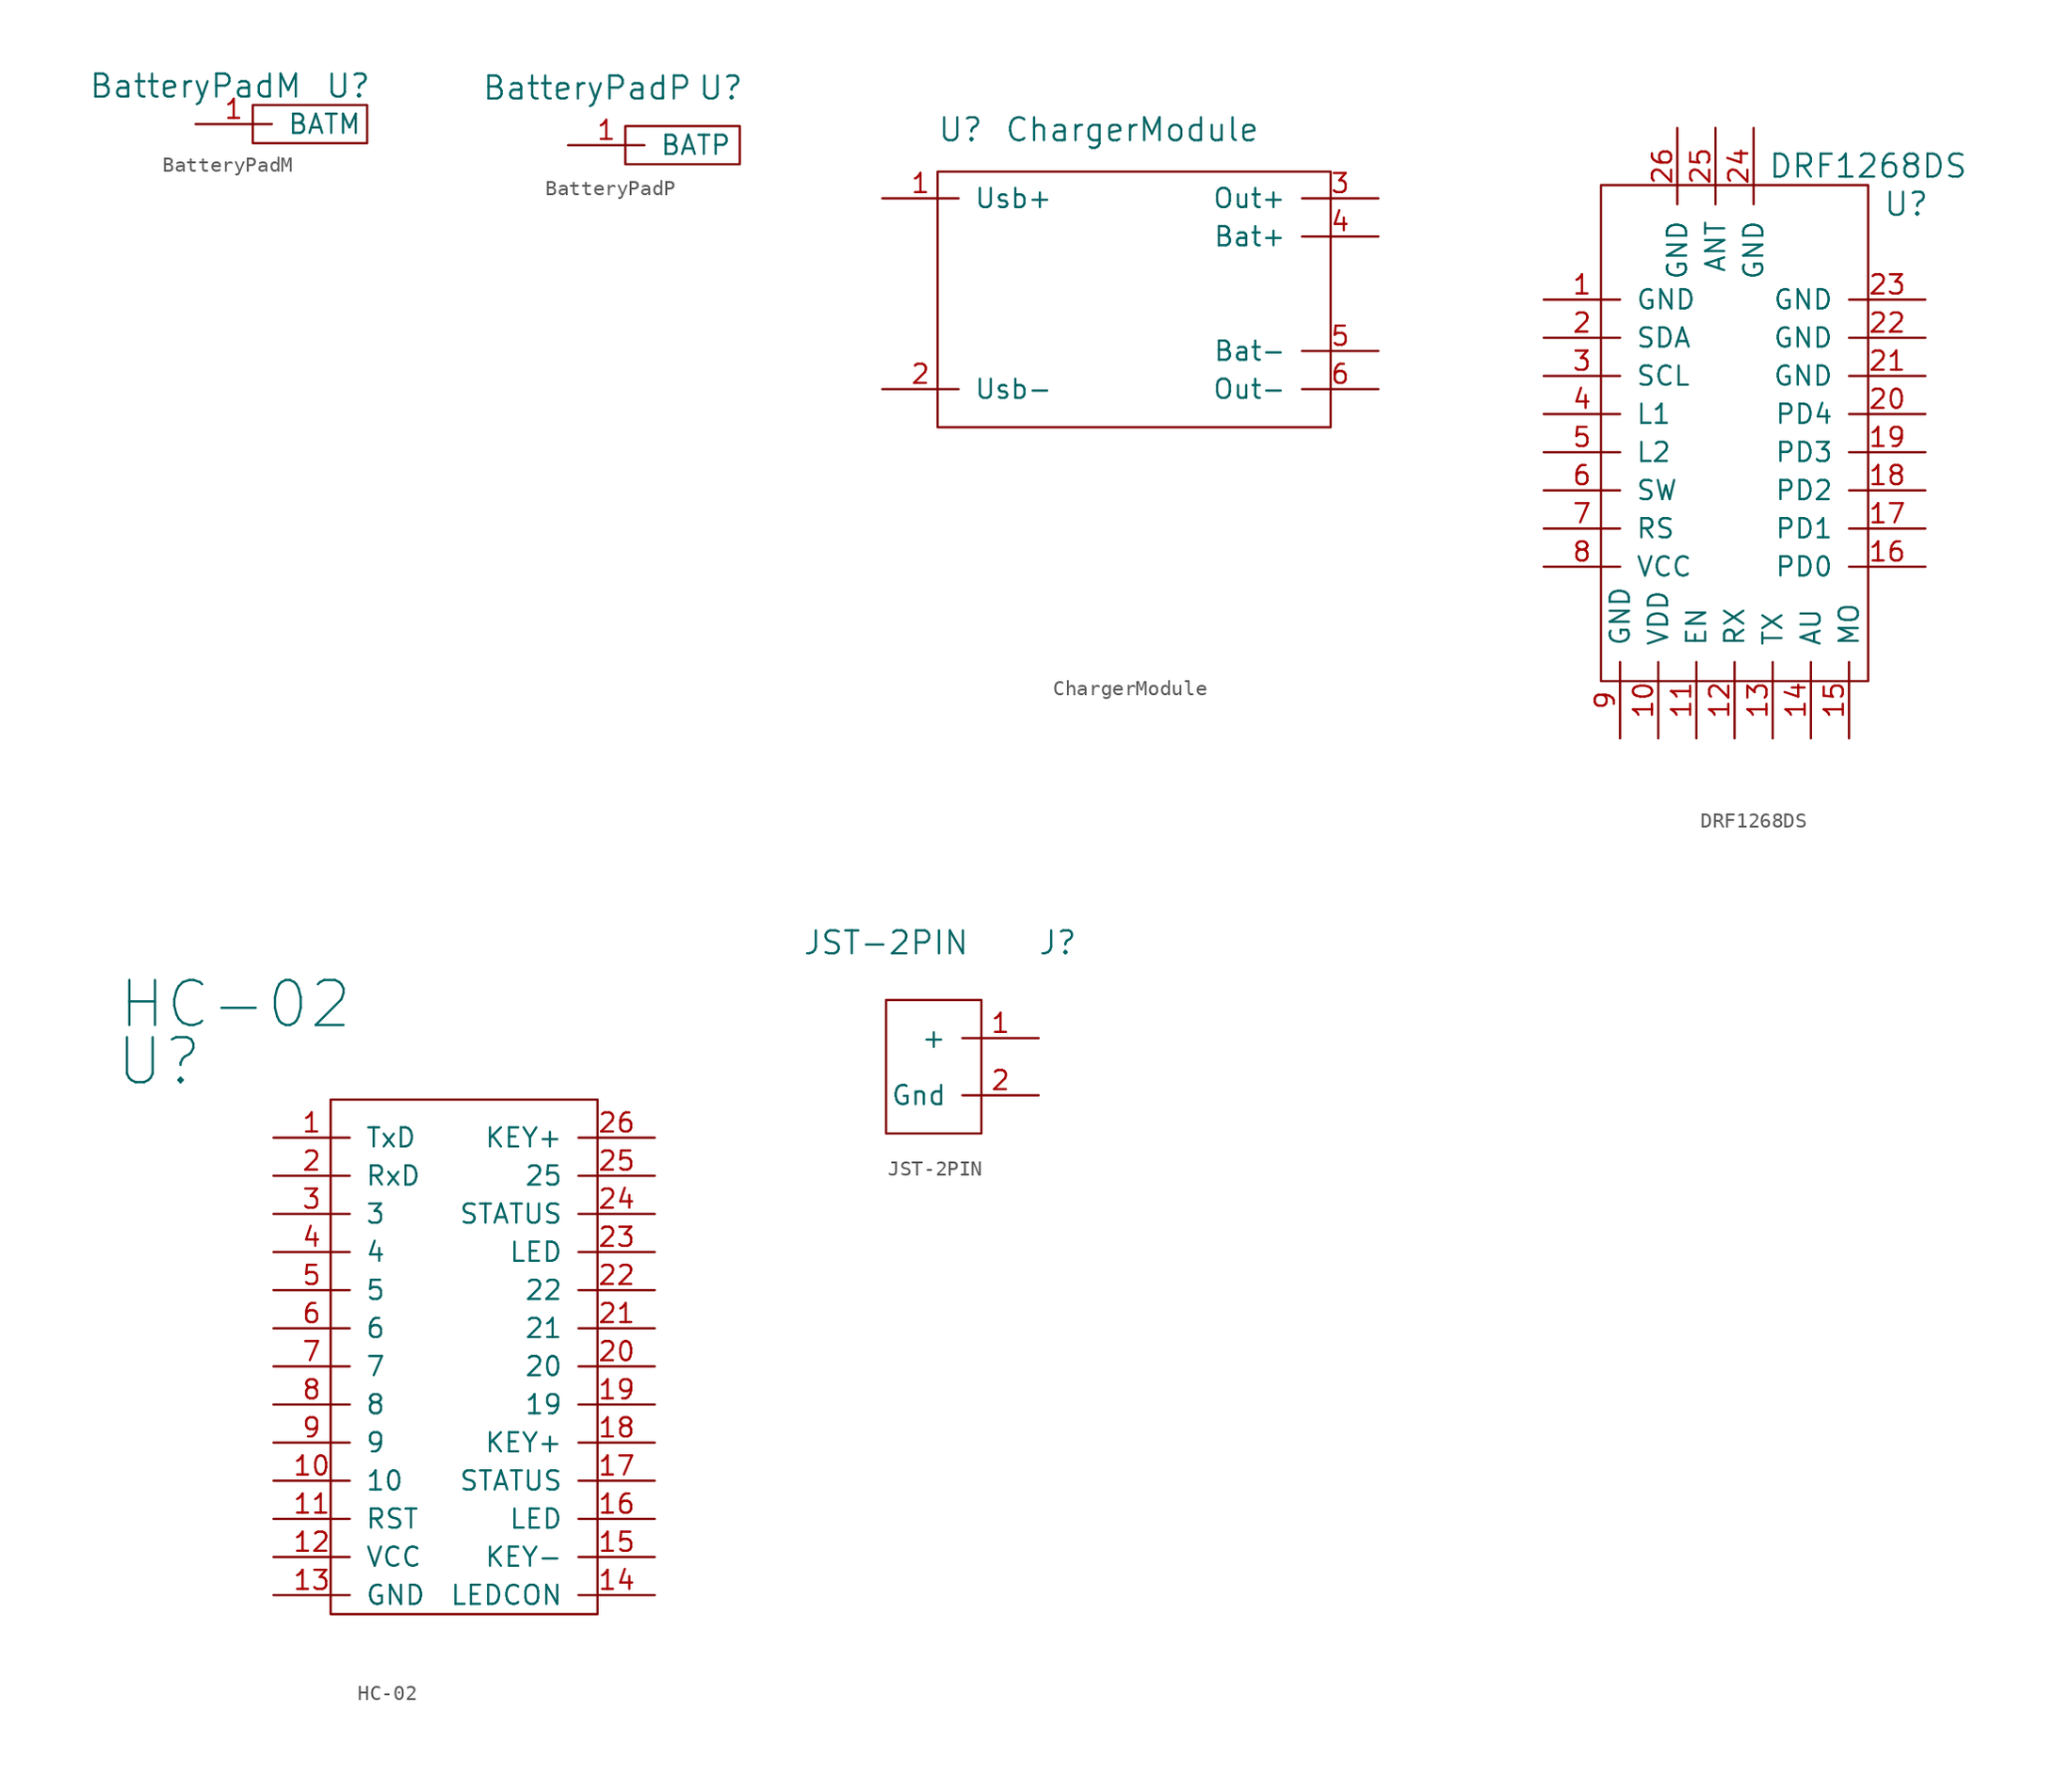
<source format=kicad_sym>
(kicad_symbol_lib
  (version 20220914)
  (generator kicad_symbol_editor)
  (symbol "BatteryPadM"
    (pin_names
      (offset 1.016))
    (property "Reference" "U"
      (at 5.08 2.54 0)
      (effects (font (size 1.524 1.524))))
    (property "Value" "BatteryPadM"
      (at -5.08 2.54 0)
      (effects (font (size 1.524 1.524))))
    (symbol "BatteryPadM_1_1"
      (rectangle (start -1.27 1.27) (end 6.35 -1.27) (stroke (width 0) (type default)) (fill (type none)))
      (pin power_out line (at -5.08 0 0) (length 5.08) (name "BATM" (effects (font (size 1.27 1.27)))) (number "1" (effects (font (size 1.27 1.27)))))))
  (symbol "BatteryPadP"
    (pin_names
      (offset 1.016))
    (property "Reference" "U"
      (at 6.35 3.81 0)
      (effects (font (size 1.524 1.524))))
    (property "Value" "BatteryPadP"
      (at -2.54 3.81 0)
      (effects (font (size 1.524 1.524))))
    (symbol "BatteryPadP_0_1"
      (rectangle (start 0 1.27) (end 7.62 -1.27) (stroke (width 0) (type default)) (fill (type none))))
    (symbol "BatteryPadP_1_1"
      (pin power_out line (at -3.81 0 0) (length 5.08) (name "BATP" (effects (font (size 1.27 1.27)))) (number "1" (effects (font (size 1.27 1.27)))))))
  (symbol "ChargerModule"
    (pin_names
      (offset 1.016))
    (property "Reference" "U"
      (at 1.397 19.812 0)
      (effects (font (size 1.524 1.524))))
    (property "Value" "ChargerModule"
      (at 12.827 19.812 0)
      (effects (font (size 1.524 1.524))))
    (property "Footprint" ""
      (at 8.89 -12.7 0)
      (effects (font (size 1.524 1.524))))
    (property "Datasheet" ""
      (at 8.89 -12.7 0)
      (effects (font (size 1.524 1.524))))
    (symbol "ChargerModule_0_1"
      (rectangle (start 26.035 0) (end -0.127 17.018) (stroke (width 0) (type default)) (fill (type none))))
    (symbol "ChargerModule_1_1"
      (pin input line (at -3.81 15.24 0) (length 5.08) (name "Usb+" (effects (font (size 1.27 1.27)))) (number "1" (effects (font (size 1.27 1.27)))))
      (pin input line (at -3.81 2.54 0) (length 5.08) (name "Usb-" (effects (font (size 1.27 1.27)))) (number "2" (effects (font (size 1.27 1.27)))))
      (pin input line (at 29.21 15.24 180) (length 5.08) (name "Out+" (effects (font (size 1.27 1.27)))) (number "3" (effects (font (size 1.27 1.27)))))
      (pin input line (at 29.21 12.7 180) (length 5.08) (name "Bat+" (effects (font (size 1.27 1.27)))) (number "4" (effects (font (size 1.27 1.27)))))
      (pin input line (at 29.21 5.08 180) (length 5.08) (name "Bat-" (effects (font (size 1.27 1.27)))) (number "5" (effects (font (size 1.27 1.27)))))
      (pin input line (at 29.21 2.54 180) (length 5.08) (name "Out-" (effects (font (size 1.27 1.27)))) (number "6" (effects (font (size 1.27 1.27)))))))
  (symbol "DRF1268DS"
    (pin_names
      (offset 1.016))
    (property "Reference" "U"
      (at 12.7 10.16 0)
      (effects (font (size 1.524 1.524))))
    (property "Value" "DRF1268DS"
      (at 10.16 12.7 0)
      (effects (font (size 1.524 1.524))))
    (symbol "DRF1268DS_0_1"
      (rectangle (start -7.62 11.43) (end 10.16 -21.59) (stroke (width 0) (type default)) (fill (type none))))
    (symbol "DRF1268DS_1_1"
      (pin power_in line (at -11.43 3.81 0) (length 5.08) (name "GND" (effects (font (size 1.27 1.27)))) (number "1" (effects (font (size 1.27 1.27)))))
      (pin power_in line (at -3.81 -25.4 90) (length 5.08) (name "VDD" (effects (font (size 1.27 1.27)))) (number "10" (effects (font (size 1.27 1.27)))))
      (pin input line (at -1.27 -25.4 90) (length 5.08) (name "EN" (effects (font (size 1.27 1.27)))) (number "11" (effects (font (size 1.27 1.27)))))
      (pin input line (at 1.27 -25.4 90) (length 5.08) (name "RX" (effects (font (size 1.27 1.27)))) (number "12" (effects (font (size 1.27 1.27)))))
      (pin output line (at 3.81 -25.4 90) (length 5.08) (name "TX" (effects (font (size 1.27 1.27)))) (number "13" (effects (font (size 1.27 1.27)))))
      (pin output line (at 6.35 -25.4 90) (length 5.08) (name "AU" (effects (font (size 1.27 1.27)))) (number "14" (effects (font (size 1.27 1.27)))))
      (pin input line (at 8.89 -25.4 90) (length 5.08) (name "MO" (effects (font (size 1.27 1.27)))) (number "15" (effects (font (size 1.27 1.27)))))
      (pin bidirectional line (at 13.97 -13.97 180) (length 5.08) (name "PD0" (effects (font (size 1.27 1.27)))) (number "16" (effects (font (size 1.27 1.27)))))
      (pin bidirectional line (at 13.97 -11.43 180) (length 5.08) (name "PD1" (effects (font (size 1.27 1.27)))) (number "17" (effects (font (size 1.27 1.27)))))
      (pin bidirectional line (at 13.97 -8.89 180) (length 5.08) (name "PD2" (effects (font (size 1.27 1.27)))) (number "18" (effects (font (size 1.27 1.27)))))
      (pin bidirectional line (at 13.97 -6.35 180) (length 5.08) (name "PD3" (effects (font (size 1.27 1.27)))) (number "19" (effects (font (size 1.27 1.27)))))
      (pin bidirectional line (at -11.43 1.27 0) (length 5.08) (name "SDA" (effects (font (size 1.27 1.27)))) (number "2" (effects (font (size 1.27 1.27)))))
      (pin bidirectional line (at 13.97 -3.81 180) (length 5.08) (name "PD4" (effects (font (size 1.27 1.27)))) (number "20" (effects (font (size 1.27 1.27)))))
      (pin power_in line (at 13.97 -1.27 180) (length 5.08) (name "GND" (effects (font (size 1.27 1.27)))) (number "21" (effects (font (size 1.27 1.27)))))
      (pin power_in line (at 13.97 1.27 180) (length 5.08) (name "GND" (effects (font (size 1.27 1.27)))) (number "22" (effects (font (size 1.27 1.27)))))
      (pin power_in line (at 13.97 3.81 180) (length 5.08) (name "GND" (effects (font (size 1.27 1.27)))) (number "23" (effects (font (size 1.27 1.27)))))
      (pin power_in line (at 2.54 15.24 270) (length 5.08) (name "GND" (effects (font (size 1.27 1.27)))) (number "24" (effects (font (size 1.27 1.27)))))
      (pin bidirectional line (at 0 15.24 270) (length 5.08) (name "ANT" (effects (font (size 1.27 1.27)))) (number "25" (effects (font (size 1.27 1.27)))))
      (pin power_in line (at -2.54 15.24 270) (length 5.08) (name "GND" (effects (font (size 1.27 1.27)))) (number "26" (effects (font (size 1.27 1.27)))))
      (pin input line (at -11.43 -1.27 0) (length 5.08) (name "SCL" (effects (font (size 1.27 1.27)))) (number "3" (effects (font (size 1.27 1.27)))))
      (pin output line (at -11.43 -3.81 0) (length 5.08) (name "L1" (effects (font (size 1.27 1.27)))) (number "4" (effects (font (size 1.27 1.27)))))
      (pin output line (at -11.43 -6.35 0) (length 5.08) (name "L2" (effects (font (size 1.27 1.27)))) (number "5" (effects (font (size 1.27 1.27)))))
      (pin input line (at -11.43 -8.89 0) (length 5.08) (name "SW" (effects (font (size 1.27 1.27)))) (number "6" (effects (font (size 1.27 1.27)))))
      (pin input line (at -11.43 -11.43 0) (length 5.08) (name "RS" (effects (font (size 1.27 1.27)))) (number "7" (effects (font (size 1.27 1.27)))))
      (pin power_out line (at -11.43 -13.97 0) (length 5.08) (name "VCC" (effects (font (size 1.27 1.27)))) (number "8" (effects (font (size 1.27 1.27)))))
      (pin power_in line (at -6.35 -25.4 90) (length 5.08) (name "GND" (effects (font (size 1.27 1.27)))) (number "9" (effects (font (size 1.27 1.27)))))))
  (symbol "HC-02"
    (pin_names
      (offset 1.016))
    (property "Reference" "U"
      (at -20.32 20.32 0)
      (effects (font (size 2.997 2.997))))
    (property "Value" "HC-02"
      (at -15.24 24.13 0)
      (effects (font (size 2.997 2.997))))
    (symbol "HC-02_0_1"
      (rectangle (start -8.89 17.78) (end 8.89 -16.51) (stroke (width 0) (type default)) (fill (type none))))
    (symbol "HC-02_1_1"
      (pin output line (at -12.7 15.24 0) (length 5.08) (name "TxD" (effects (font (size 1.27 1.27)))) (number "1" (effects (font (size 1.27 1.27)))))
      (pin input line (at -12.7 -7.62 0) (length 5.08) (name "10" (effects (font (size 1.27 1.27)))) (number "10" (effects (font (size 1.27 1.27)))))
      (pin input line (at -12.7 -10.16 0) (length 5.08) (name "RST" (effects (font (size 1.27 1.27)))) (number "11" (effects (font (size 1.27 1.27)))))
      (pin input line (at -12.7 -12.7 0) (length 5.08) (name "VCC" (effects (font (size 1.27 1.27)))) (number "12" (effects (font (size 1.27 1.27)))))
      (pin input line (at -12.7 -15.24 0) (length 5.08) (name "GND" (effects (font (size 1.27 1.27)))) (number "13" (effects (font (size 1.27 1.27)))))
      (pin input line (at 12.7 -15.24 180) (length 5.08) (name "LEDCON" (effects (font (size 1.27 1.27)))) (number "14" (effects (font (size 1.27 1.27)))))
      (pin input line (at 12.7 -12.7 180) (length 5.08) (name "KEY-" (effects (font (size 1.27 1.27)))) (number "15" (effects (font (size 1.27 1.27)))))
      (pin input line (at 12.7 -10.16 180) (length 5.08) (name "LED" (effects (font (size 1.27 1.27)))) (number "16" (effects (font (size 1.27 1.27)))))
      (pin input line (at 12.7 -7.62 180) (length 5.08) (name "STATUS" (effects (font (size 1.27 1.27)))) (number "17" (effects (font (size 1.27 1.27)))))
      (pin input line (at 12.7 -5.08 180) (length 5.08) (name "KEY+" (effects (font (size 1.27 1.27)))) (number "18" (effects (font (size 1.27 1.27)))))
      (pin input line (at 12.7 -2.54 180) (length 5.08) (name "19" (effects (font (size 1.27 1.27)))) (number "19" (effects (font (size 1.27 1.27)))))
      (pin input line (at -12.7 12.7 0) (length 5.08) (name "RxD" (effects (font (size 1.27 1.27)))) (number "2" (effects (font (size 1.27 1.27)))))
      (pin input line (at 12.7 0 180) (length 5.08) (name "20" (effects (font (size 1.27 1.27)))) (number "20" (effects (font (size 1.27 1.27)))))
      (pin input line (at 12.7 2.54 180) (length 5.08) (name "21" (effects (font (size 1.27 1.27)))) (number "21" (effects (font (size 1.27 1.27)))))
      (pin input line (at 12.7 5.08 180) (length 5.08) (name "22" (effects (font (size 1.27 1.27)))) (number "22" (effects (font (size 1.27 1.27)))))
      (pin input line (at 12.7 7.62 180) (length 5.08) (name "LED" (effects (font (size 1.27 1.27)))) (number "23" (effects (font (size 1.27 1.27)))))
      (pin input line (at 12.7 10.16 180) (length 5.08) (name "STATUS" (effects (font (size 1.27 1.27)))) (number "24" (effects (font (size 1.27 1.27)))))
      (pin input line (at 12.7 12.7 180) (length 5.08) (name "25" (effects (font (size 1.27 1.27)))) (number "25" (effects (font (size 1.27 1.27)))))
      (pin input line (at 12.7 15.24 180) (length 5.08) (name "KEY+" (effects (font (size 1.27 1.27)))) (number "26" (effects (font (size 1.27 1.27)))))
      (pin input line (at -12.7 10.16 0) (length 5.08) (name "3" (effects (font (size 1.27 1.27)))) (number "3" (effects (font (size 1.27 1.27)))))
      (pin input line (at -12.7 7.62 0) (length 5.08) (name "4" (effects (font (size 1.27 1.27)))) (number "4" (effects (font (size 1.27 1.27)))))
      (pin input line (at -12.7 5.08 0) (length 5.08) (name "5" (effects (font (size 1.27 1.27)))) (number "5" (effects (font (size 1.27 1.27)))))
      (pin input line (at -12.7 2.54 0) (length 5.08) (name "6" (effects (font (size 1.27 1.27)))) (number "6" (effects (font (size 1.27 1.27)))))
      (pin input line (at -12.7 0 0) (length 5.08) (name "7" (effects (font (size 1.27 1.27)))) (number "7" (effects (font (size 1.27 1.27)))))
      (pin input line (at -12.7 -2.54 0) (length 5.08) (name "8" (effects (font (size 1.27 1.27)))) (number "8" (effects (font (size 1.27 1.27)))))
      (pin input line (at -12.7 -5.08 0) (length 5.08) (name "9" (effects (font (size 1.27 1.27)))) (number "9" (effects (font (size 1.27 1.27)))))))
  (symbol "JST-2PIN"
    (pin_names
      (offset 1.016))
    (property "Reference" "J"
      (at 7.62 8.89 0)
      (effects (font (size 1.524 1.524))))
    (property "Value" "JST-2PIN"
      (at -3.81 8.89 0)
      (effects (font (size 1.524 1.524))))
    (property "Footprint" ""
      (at 0.635 0 0)
      (effects (font (size 1.524 1.524))))
    (property "Datasheet" ""
      (at 0.635 0 0)
      (effects (font (size 1.524 1.524))))
    (symbol "JST-2PIN_0_1"
      (rectangle (start 2.54 -3.81) (end -3.81 5.08) (stroke (width 0) (type default)) (fill (type none))))
    (symbol "JST-2PIN_1_1"
      (pin power_out line (at 6.35 2.54 180) (length 5.08) (name "+" (effects (font (size 1.27 1.27)))) (number "1" (effects (font (size 1.27 1.27)))))
      (pin power_out line (at 6.35 -1.27 180) (length 5.08) (name "Gnd" (effects (font (size 1.27 1.27)))) (number "2" (effects (font (size 1.27 1.27))))))))
</source>
